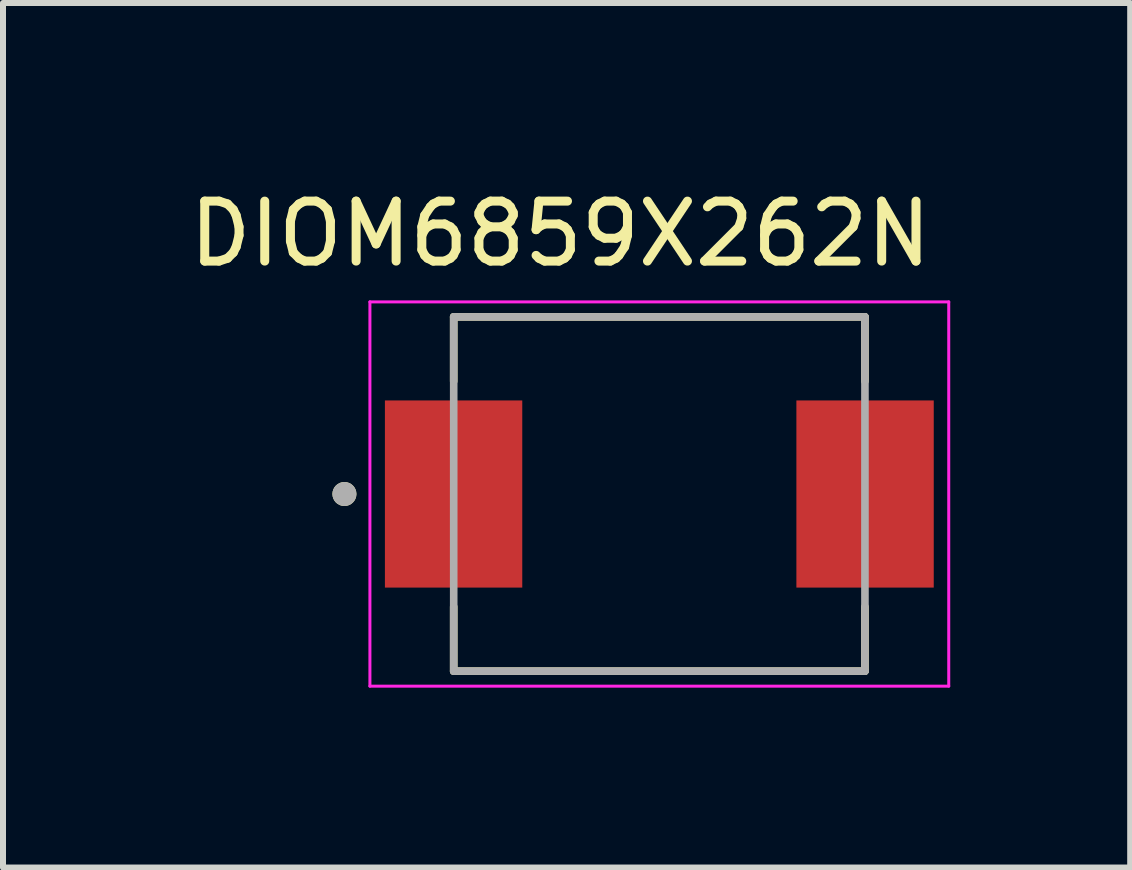
<source format=kicad_pcb>
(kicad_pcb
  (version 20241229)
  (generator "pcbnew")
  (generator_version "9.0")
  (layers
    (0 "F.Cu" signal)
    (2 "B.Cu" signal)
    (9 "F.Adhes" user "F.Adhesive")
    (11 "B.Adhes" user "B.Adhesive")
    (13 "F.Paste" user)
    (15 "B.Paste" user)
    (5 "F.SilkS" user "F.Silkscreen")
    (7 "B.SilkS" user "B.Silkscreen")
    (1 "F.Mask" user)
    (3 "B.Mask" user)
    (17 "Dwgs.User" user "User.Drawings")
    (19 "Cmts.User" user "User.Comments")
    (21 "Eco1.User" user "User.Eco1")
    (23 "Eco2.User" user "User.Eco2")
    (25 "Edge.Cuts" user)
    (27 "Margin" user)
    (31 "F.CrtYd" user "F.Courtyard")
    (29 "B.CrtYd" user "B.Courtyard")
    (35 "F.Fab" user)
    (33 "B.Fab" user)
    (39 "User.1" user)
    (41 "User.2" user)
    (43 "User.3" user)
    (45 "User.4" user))
  (footprint "DIOM6859X262N"
    (layer "F.Cu")
    (at 7.942 5.186)
    (property "Reference" "DIOM6859X262N" (at -1.65 -4.338 0) (layer "F.SilkS") (effects (font (size 1 1) (thickness 0.15))))
    (attr smd)
    (fp_line (start -3.428 -2.953) (end -3.428 -1.88) (stroke (width 0.127) (type solid)) (layer "F.SilkS"))
    (fp_line (start -3.428 2.953) (end -3.428 1.88) (stroke (width 0.127) (type solid)) (layer "F.SilkS"))
    (fp_line (start -3.428 2.953) (end 3.428 2.953) (stroke (width 0.127) (type solid)) (layer "F.SilkS"))
    (fp_line (start 3.428 -2.953) (end -3.428 -2.953) (stroke (width 0.127) (type solid)) (layer "F.SilkS"))
    (fp_line (start 3.428 -1.88) (end 3.428 -2.953) (stroke (width 0.127) (type solid)) (layer "F.SilkS"))
    (fp_line (start 3.428 2.953) (end 3.428 1.88) (stroke (width 0.127) (type solid)) (layer "F.SilkS"))
    (fp_circle (center -5.25 0) (end -5.15 0) (stroke (width 0.2) (type solid)) (fill no) (layer "F.SilkS"))
    (fp_line (start -4.825 -3.203) (end -4.825 3.203) (stroke (width 0.05) (type solid)) (layer "F.CrtYd"))
    (fp_line (start -4.825 3.203) (end 4.825 3.203) (stroke (width 0.05) (type solid)) (layer "F.CrtYd"))
    (fp_line (start 4.825 -3.203) (end -4.825 -3.203) (stroke (width 0.05) (type solid)) (layer "F.CrtYd"))
    (fp_line (start 4.825 3.203) (end 4.825 -3.203) (stroke (width 0.05) (type solid)) (layer "F.CrtYd"))
    (fp_line (start -3.428 -2.953) (end -3.428 2.953) (stroke (width 0.127) (type solid)) (layer "F.Fab"))
    (fp_line (start -3.428 2.953) (end 3.428 2.953) (stroke (width 0.127) (type solid)) (layer "F.Fab"))
    (fp_line (start 3.428 -2.953) (end -3.428 -2.953) (stroke (width 0.127) (type solid)) (layer "F.Fab"))
    (fp_line (start 3.428 2.953) (end 3.428 -2.953) (stroke (width 0.127) (type solid)) (layer "F.Fab"))
    (fp_circle (center -5.25 0) (end -5.15 0) (stroke (width 0.2) (type solid)) (fill no) (layer "F.Fab"))
    (pad "1" smd rect (at -3.43 0) (size 2.29 3.12) (layers "F.Cu" "F.Mask" "F.Paste"))
    (pad "2" smd rect (at 3.43 0) (size 2.29 3.12) (layers "F.Cu" "F.Mask" "F.Paste")))
  (gr_rect
    (start -3 -3)
    (end 15.792 11.413)
    (stroke (width 0.1) (type default))
    (fill no)
    (layer "Edge.Cuts")))
</source>
